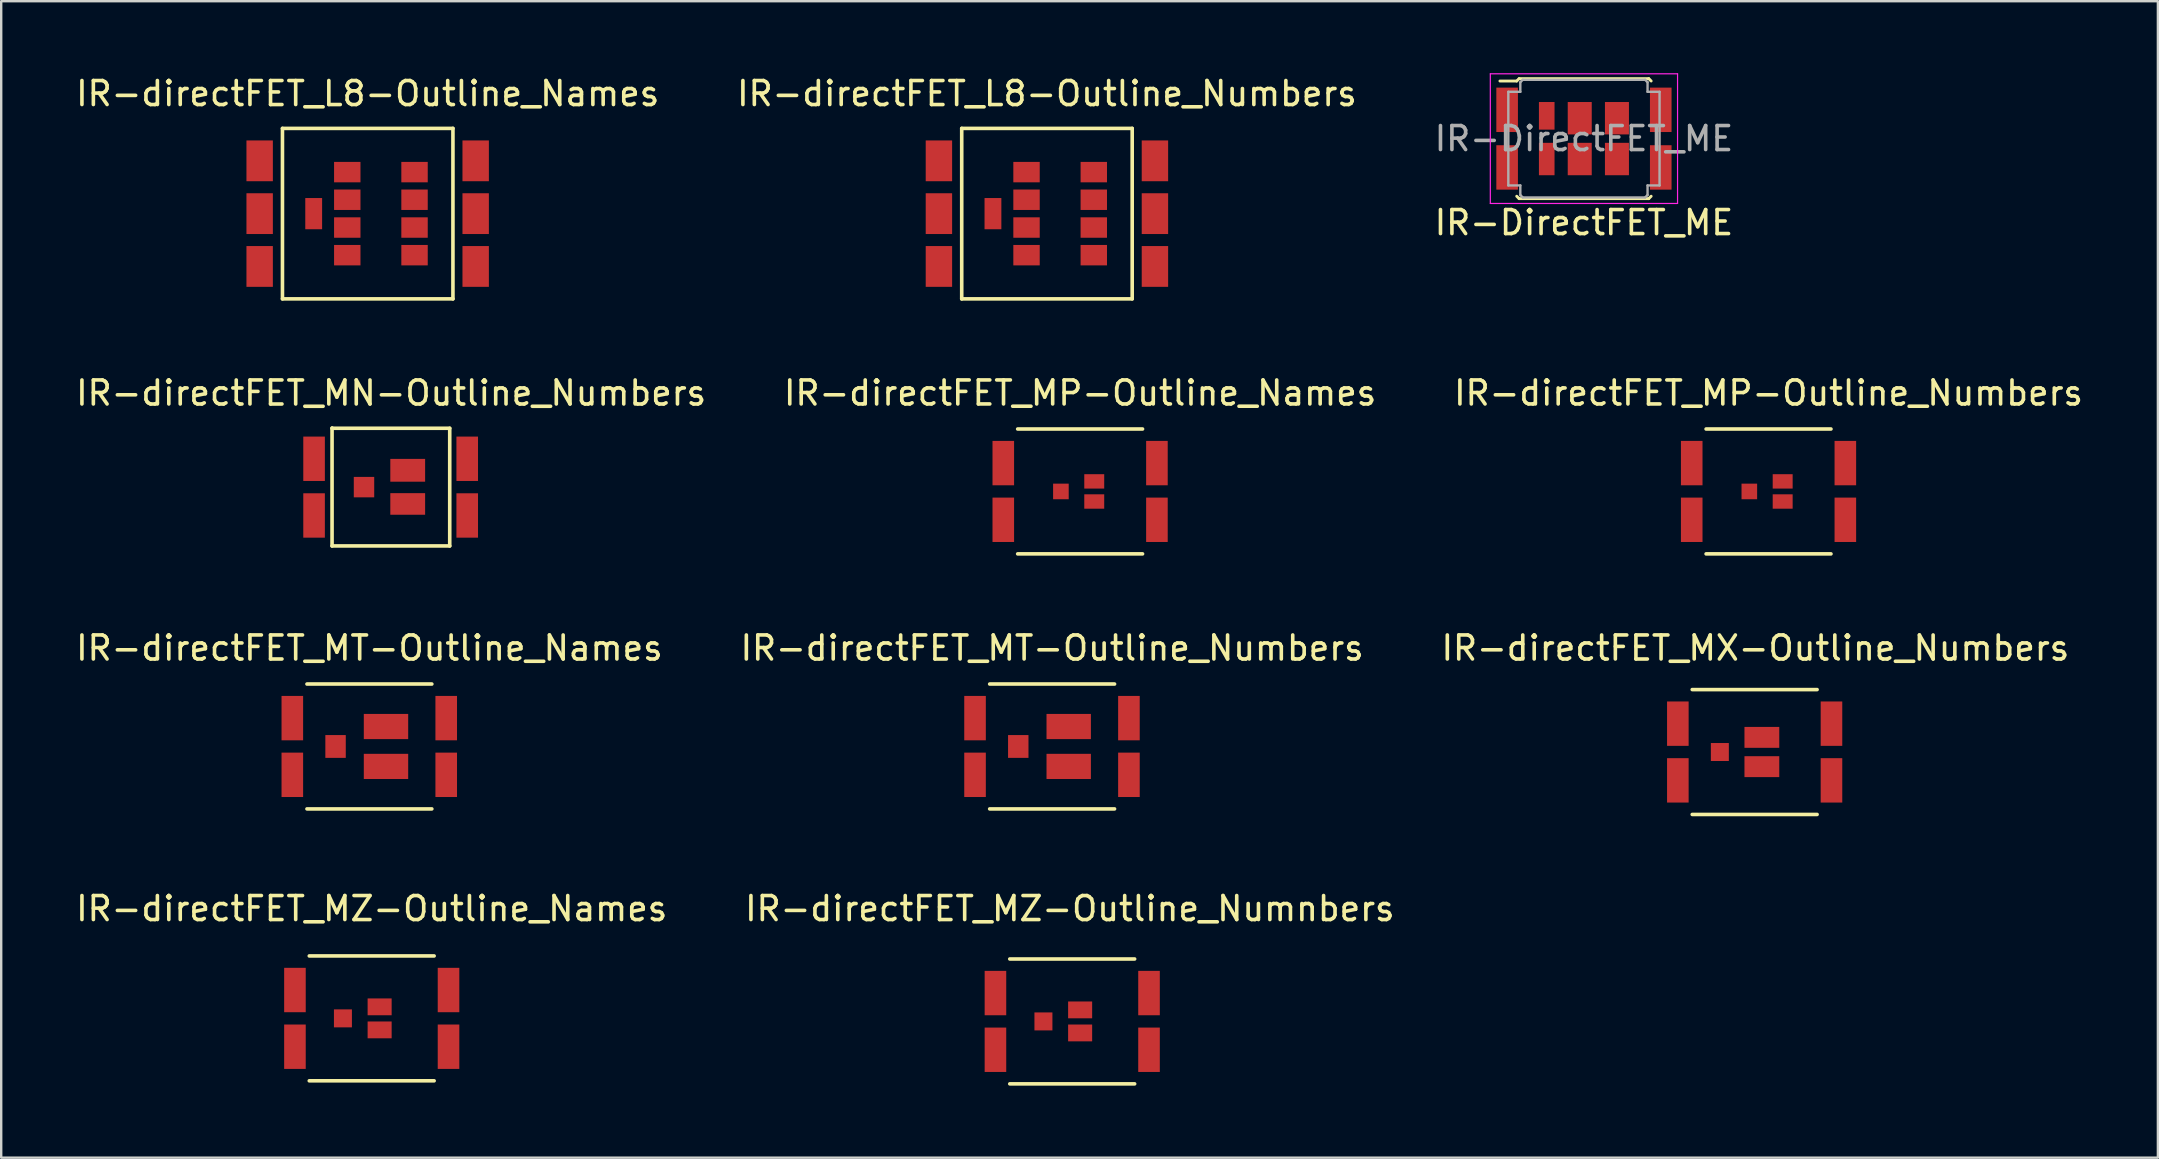
<source format=kicad_pcb>
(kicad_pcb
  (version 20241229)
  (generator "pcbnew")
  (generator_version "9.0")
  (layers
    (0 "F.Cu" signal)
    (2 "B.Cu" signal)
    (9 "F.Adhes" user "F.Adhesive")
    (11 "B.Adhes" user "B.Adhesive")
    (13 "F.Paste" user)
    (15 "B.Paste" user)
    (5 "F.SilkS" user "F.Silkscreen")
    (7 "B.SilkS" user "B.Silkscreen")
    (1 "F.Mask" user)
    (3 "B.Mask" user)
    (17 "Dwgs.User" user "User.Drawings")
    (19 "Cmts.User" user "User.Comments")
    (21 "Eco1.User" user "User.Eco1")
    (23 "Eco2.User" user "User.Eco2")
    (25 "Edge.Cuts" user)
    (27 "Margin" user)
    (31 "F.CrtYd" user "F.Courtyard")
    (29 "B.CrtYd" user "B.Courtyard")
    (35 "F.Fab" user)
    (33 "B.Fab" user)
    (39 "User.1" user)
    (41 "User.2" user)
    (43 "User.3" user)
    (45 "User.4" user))
  (footprint "IR-directFET_MZ-Outline_Numnbers"
    (layer "F.Cu")
    (at 41.617 39.501)
    (property "Reference" "IR-directFET_MZ-Outline_Numnbers" (at -0.099 -4.699 0) (layer "F.SilkS") (effects (font (size 1 1) (thickness 0.15))))
    (attr through_hole)
    (fp_line (start -2.601 -2.601) (end 2.601 -2.601) (stroke (width 0.15) (type solid)) (layer "F.SilkS"))
    (fp_line (start 2.601 2.601) (end -2.601 2.601) (stroke (width 0.15) (type solid)) (layer "F.SilkS"))
    (pad "1" smd rect (at 3.2 -1.181) (size 0.899 1.849) (layers "F.Cu" "F.Mask" "F.Paste"))
    (pad "2" smd rect (at 3.2 1.181) (size 0.899 1.849) (layers "F.Cu" "F.Mask" "F.Paste"))
    (pad "4" smd rect (at 0.33 -0.48) (size 1.001 0.701) (layers "F.Cu" "F.Mask" "F.Paste"))
    (pad "4" smd rect (at 0.33 0.48) (size 1.001 0.701) (layers "F.Cu" "F.Mask" "F.Paste"))
    (pad "5" smd rect (at -1.199 0) (size 0.749 0.749) (layers "F.Cu" "F.Mask" "F.Paste"))
    (pad "6" smd rect (at -3.198 -1.181) (size 0.899 1.849) (layers "F.Cu" "F.Mask" "F.Paste"))
    (pad "7" smd rect (at -3.198 1.181) (size 0.899 1.849) (layers "F.Cu" "F.Mask" "F.Paste")))
  (footprint "IR-directFET_MN-Outline_Numbers"
    (layer "F.Cu")
    (at 13.234 17.243)
    (property "Reference" "IR-directFET_MN-Outline_Numbers" (at 0.01 -3.919 0) (layer "F.SilkS") (effects (font (size 1 1) (thickness 0.15))))
    (attr through_hole)
    (fp_line (start -2.451 -2.451) (end -2.451 -2.461) (stroke (width 0.15) (type solid)) (layer "F.SilkS"))
    (fp_line (start -2.451 2.451) (end -2.451 -2.451) (stroke (width 0.15) (type solid)) (layer "F.SilkS"))
    (fp_line (start -2.441 -2.451) (end 2.451 -2.451) (stroke (width 0.15) (type solid)) (layer "F.SilkS"))
    (fp_line (start 2.451 -2.451) (end 2.451 2.451) (stroke (width 0.15) (type solid)) (layer "F.SilkS"))
    (fp_line (start 2.451 2.451) (end -2.451 2.451) (stroke (width 0.15) (type solid)) (layer "F.SilkS"))
    (pad "1" smd rect (at 3.18 -1.181) (size 0.899 1.849) (layers "F.Cu" "F.Mask" "F.Paste"))
    (pad "2" smd rect (at 3.18 1.181) (size 0.899 1.849) (layers "F.Cu" "F.Mask" "F.Paste"))
    (pad "3" smd rect (at 0.701 -0.701) (size 1.45 0.95) (layers "F.Cu" "F.Mask" "F.Paste"))
    (pad "4" smd rect (at 0.701 0.701) (size 1.45 0.899) (layers "F.Cu" "F.Mask" "F.Paste"))
    (pad "5" smd rect (at -1.12 0) (size 0.851 0.851) (layers "F.Cu" "F.Mask" "F.Paste"))
    (pad "6" smd rect (at -3.2 -1.181) (size 0.899 1.849) (layers "F.Cu" "F.Mask" "F.Paste"))
    (pad "7" smd rect (at -3.2 1.181) (size 0.899 1.849) (layers "F.Cu" "F.Mask" "F.Paste")))
  (footprint "IR-directFET_MT-Outline_Numbers"
    (layer "F.Cu")
    (at 40.78 28.047)
    (property "Reference" "IR-directFET_MT-Outline_Numbers" (at 0 -4.1 0) (layer "F.SilkS") (effects (font (size 1 1) (thickness 0.15))))
    (attr through_hole)
    (fp_line (start -2.601 -2.601) (end 2.601 -2.601) (stroke (width 0.15) (type solid)) (layer "F.SilkS"))
    (fp_line (start 2.601 2.601) (end -2.601 2.601) (stroke (width 0.15) (type solid)) (layer "F.SilkS"))
    (pad "1" smd rect (at 3.2 -1.181) (size 0.899 1.849) (layers "F.Cu" "F.Mask" "F.Paste"))
    (pad "2" smd rect (at 3.2 1.181) (size 0.899 1.849) (layers "F.Cu" "F.Mask" "F.Paste"))
    (pad "3" smd rect (at 0.691 -0.831) (size 1.849 1.049) (layers "F.Cu" "F.Mask" "F.Paste"))
    (pad "4" smd rect (at 0.691 0.831) (size 1.849 1.049) (layers "F.Cu" "F.Mask" "F.Paste"))
    (pad "5" smd rect (at -1.41 0) (size 0.851 0.95) (layers "F.Cu" "F.Mask" "F.Paste"))
    (pad "6" smd rect (at -3.211 -1.181) (size 0.899 1.849) (layers "F.Cu" "F.Mask" "F.Paste"))
    (pad "7" smd rect (at -3.211 1.181) (size 0.899 1.849) (layers "F.Cu" "F.Mask" "F.Paste")))
  (footprint "IR-directFET_MP-Outline_Numbers"
    (layer "F.Cu")
    (at 70.625 17.423)
    (property "Reference" "IR-directFET_MP-Outline_Numbers" (at 0 -4.1 0) (layer "F.SilkS") (effects (font (size 1 1) (thickness 0.15))))
    (attr through_hole)
    (fp_line (start -2.601 -2.601) (end 2.601 -2.601) (stroke (width 0.15) (type solid)) (layer "F.SilkS"))
    (fp_line (start 2.601 2.601) (end -2.601 2.601) (stroke (width 0.15) (type solid)) (layer "F.SilkS"))
    (pad "1" smd rect (at 3.2 -1.181) (size 0.899 1.849) (layers "F.Cu" "F.Mask" "F.Paste"))
    (pad "2" smd rect (at 3.2 1.181) (size 0.899 1.849) (layers "F.Cu" "F.Mask" "F.Paste"))
    (pad "3" smd rect (at 0.589 -0.419) (size 0.831 0.599) (layers "F.Cu" "F.Mask" "F.Paste"))
    (pad "4" smd rect (at 0.589 0.419) (size 0.831 0.599) (layers "F.Cu" "F.Mask" "F.Paste"))
    (pad "5" smd rect (at -0.8 0) (size 0.65 0.65) (layers "F.Cu" "F.Mask" "F.Paste"))
    (pad "6" smd rect (at -3.2 -1.181) (size 0.899 1.849) (layers "F.Cu" "F.Mask" "F.Paste"))
    (pad "7" smd rect (at -3.2 1.181) (size 0.899 1.849) (layers "F.Cu" "F.Mask" "F.Paste")))
  (footprint "IR-directFET_MT-Outline_Names"
    (layer "F.Cu")
    (at 12.339 28.047)
    (property "Reference" "IR-directFET_MT-Outline_Names" (at 0 -4.1 0) (layer "F.SilkS") (effects (font (size 1 1) (thickness 0.15))))
    (attr through_hole)
    (fp_line (start -2.601 -2.601) (end 2.601 -2.601) (stroke (width 0.15) (type solid)) (layer "F.SilkS"))
    (fp_line (start 2.601 2.601) (end -2.601 2.601) (stroke (width 0.15) (type solid)) (layer "F.SilkS"))
    (pad "D" smd rect (at -3.211 -1.181) (size 0.899 1.849) (layers "F.Cu" "F.Mask" "F.Paste"))
    (pad "D" smd rect (at -3.211 1.181) (size 0.899 1.849) (layers "F.Cu" "F.Mask" "F.Paste"))
    (pad "D" smd rect (at 3.2 -1.181) (size 0.899 1.849) (layers "F.Cu" "F.Mask" "F.Paste"))
    (pad "D" smd rect (at 3.2 1.181) (size 0.899 1.849) (layers "F.Cu" "F.Mask" "F.Paste"))
    (pad "G" smd rect (at -1.41 0) (size 0.851 0.95) (layers "F.Cu" "F.Mask" "F.Paste"))
    (pad "S" smd rect (at 0.691 -0.831) (size 1.849 1.049) (layers "F.Cu" "F.Mask" "F.Paste"))
    (pad "S" smd rect (at 0.691 0.831) (size 1.849 1.049) (layers "F.Cu" "F.Mask" "F.Paste")))
  (footprint "IR-directFET_L8-Outline_Numbers"
    (layer "F.Cu")
    (at 40.565 5.85)
    (property "Reference" "IR-directFET_L8-Outline_Numbers" (at 0 -5.001 0) (layer "F.SilkS") (effects (font (size 1 1) (thickness 0.15))))
    (attr through_hole)
    (fp_line (start -3.551 -3.551) (end 3.551 -3.551) (stroke (width 0.15) (type solid)) (layer "F.SilkS"))
    (fp_line (start -3.551 3.551) (end -3.551 -3.551) (stroke (width 0.15) (type solid)) (layer "F.SilkS"))
    (fp_line (start 3.551 -3.551) (end 3.551 3.551) (stroke (width 0.15) (type solid)) (layer "F.SilkS"))
    (fp_line (start 3.551 3.551) (end -3.551 3.551) (stroke (width 0.15) (type solid)) (layer "F.SilkS"))
    (pad "1" smd rect (at 4.498 -2.2) (size 1.1 1.699) (layers "F.Cu" "F.Mask" "F.Paste"))
    (pad "2" smd rect (at 4.498 0) (size 1.1 1.699) (layers "F.Cu" "F.Mask" "F.Paste"))
    (pad "3" smd rect (at 4.498 2.2) (size 1.1 1.699) (layers "F.Cu" "F.Mask" "F.Paste"))
    (pad "4" smd rect (at 1.951 -1.73) (size 1.1 0.851) (layers "F.Cu" "F.Mask" "F.Paste"))
    (pad "5" smd rect (at 1.951 -0.579) (size 1.1 0.851) (layers "F.Cu" "F.Mask" "F.Paste"))
    (pad "6" smd rect (at 1.951 0.579) (size 1.1 0.851) (layers "F.Cu" "F.Mask" "F.Paste"))
    (pad "7" smd rect (at 1.951 1.73) (size 1.1 0.851) (layers "F.Cu" "F.Mask" "F.Paste"))
    (pad "8" smd rect (at -0.851 -1.73) (size 1.1 0.851) (layers "F.Cu" "F.Mask" "F.Paste"))
    (pad "9" smd rect (at -0.851 -0.579) (size 1.1 0.851) (layers "F.Cu" "F.Mask" "F.Paste"))
    (pad "10" smd rect (at -0.851 0.579) (size 1.1 0.851) (layers "F.Cu" "F.Mask" "F.Paste"))
    (pad "11" smd rect (at -0.851 1.73) (size 1.1 0.851) (layers "F.Cu" "F.Mask" "F.Paste"))
    (pad "12" smd rect (at -2.25 0) (size 0.701 1.3) (layers "F.Cu" "F.Mask" "F.Paste"))
    (pad "13" smd rect (at -4.501 -2.2) (size 1.1 1.699) (layers "F.Cu" "F.Mask" "F.Paste"))
    (pad "14" smd rect (at -4.501 0) (size 1.1 1.699) (layers "F.Cu" "F.Mask" "F.Paste"))
    (pad "15" smd rect (at -4.501 2.2) (size 1.1 1.699) (layers "F.Cu" "F.Mask" "F.Paste")))
  (footprint "IR-directFET_MP-Outline_Names"
    (layer "F.Cu")
    (at 41.946 17.423)
    (property "Reference" "IR-directFET_MP-Outline_Names" (at 0 -4.1 0) (layer "F.SilkS") (effects (font (size 1 1) (thickness 0.15))))
    (attr through_hole)
    (fp_line (start -2.601 -2.601) (end 2.601 -2.601) (stroke (width 0.15) (type solid)) (layer "F.SilkS"))
    (fp_line (start 2.601 2.601) (end -2.601 2.601) (stroke (width 0.15) (type solid)) (layer "F.SilkS"))
    (pad "D" smd rect (at -3.2 -1.181) (size 0.899 1.849) (layers "F.Cu" "F.Mask" "F.Paste"))
    (pad "D" smd rect (at -3.2 1.181) (size 0.899 1.849) (layers "F.Cu" "F.Mask" "F.Paste"))
    (pad "D" smd rect (at 3.2 -1.181) (size 0.899 1.849) (layers "F.Cu" "F.Mask" "F.Paste"))
    (pad "D" smd rect (at 3.2 1.181) (size 0.899 1.849) (layers "F.Cu" "F.Mask" "F.Paste"))
    (pad "G" smd rect (at -0.8 0) (size 0.65 0.65) (layers "F.Cu" "F.Mask" "F.Paste"))
    (pad "S" smd rect (at 0.589 -0.419) (size 0.831 0.599) (layers "F.Cu" "F.Mask" "F.Paste"))
    (pad "S" smd rect (at 0.589 0.419) (size 0.831 0.599) (layers "F.Cu" "F.Mask" "F.Paste")))
  (footprint "IR-DirectFET_ME"
    (layer "F.Cu")
    (at 62.935 2.725)
    (property "Reference" "IR-DirectFET_ME" (at 0 3.5 0) (layer "F.SilkS") (effects (font (size 1 1) (thickness 0.15))))
    (attr smd)
    (fp_line (start -3.5 -2.4) (end -2.8 -2.4) (stroke (width 0.12) (type solid)) (layer "F.SilkS"))
    (fp_line (start -2.8 -2.4) (end -2.7 -2.5) (stroke (width 0.12) (type solid)) (layer "F.SilkS"))
    (fp_line (start -2.7 -2.5) (end 2.7 -2.5) (stroke (width 0.12) (type solid)) (layer "F.SilkS"))
    (fp_line (start -2.7 2.5) (end -2.8 2.4) (stroke (width 0.12) (type solid)) (layer "F.SilkS"))
    (fp_line (start 2.7 -2.5) (end 2.8 -2.4) (stroke (width 0.12) (type solid)) (layer "F.SilkS"))
    (fp_line (start 2.7 2.5) (end -2.7 2.5) (stroke (width 0.12) (type solid)) (layer "F.SilkS"))
    (fp_line (start 2.8 2.4) (end 2.7 2.5) (stroke (width 0.12) (type solid)) (layer "F.SilkS"))
    (fp_line (start -3.9 -2.7) (end -3.9 2.7) (stroke (width 0.05) (type solid)) (layer "F.CrtYd"))
    (fp_line (start -3.9 2.7) (end 3.9 2.7) (stroke (width 0.05) (type solid)) (layer "F.CrtYd"))
    (fp_line (start 3.9 -2.7) (end -3.9 -2.7) (stroke (width 0.05) (type solid)) (layer "F.CrtYd"))
    (fp_line (start 3.9 2.7) (end 3.9 -2.7) (stroke (width 0.05) (type solid)) (layer "F.CrtYd"))
    (fp_line (start -3.15 -1.95) (end -2.65 -1.95) (stroke (width 0.1) (type solid)) (layer "F.Fab"))
    (fp_line (start -3.15 1.95) (end -3.15 -1.95) (stroke (width 0.1) (type solid)) (layer "F.Fab"))
    (fp_line (start -3.15 1.95) (end -2.65 1.95) (stroke (width 0.1) (type solid)) (layer "F.Fab"))
    (fp_line (start -2.65 -2.35) (end -2.55 -2.45) (stroke (width 0.1) (type solid)) (layer "F.Fab"))
    (fp_line (start -2.65 -1.95) (end -2.65 -2.35) (stroke (width 0.1) (type solid)) (layer "F.Fab"))
    (fp_line (start -2.65 1.95) (end -2.65 2.35) (stroke (width 0.1) (type solid)) (layer "F.Fab"))
    (fp_line (start -2.65 2.35) (end -2.55 2.45) (stroke (width 0.1) (type solid)) (layer "F.Fab"))
    (fp_line (start -2.55 2.45) (end 2.55 2.45) (stroke (width 0.1) (type solid)) (layer "F.Fab"))
    (fp_line (start 2.55 -2.45) (end -2.55 -2.45) (stroke (width 0.1) (type solid)) (layer "F.Fab"))
    (fp_line (start 2.55 -2.45) (end 2.65 -2.35) (stroke (width 0.1) (type solid)) (layer "F.Fab"))
    (fp_line (start 2.65 -2.35) (end 2.65 -1.95) (stroke (width 0.1) (type solid)) (layer "F.Fab"))
    (fp_line (start 2.65 -1.95) (end 3.15 -1.95) (stroke (width 0.1) (type solid)) (layer "F.Fab"))
    (fp_line (start 2.65 1.95) (end 2.65 2.35) (stroke (width 0.1) (type solid)) (layer "F.Fab"))
    (fp_line (start 2.65 2.35) (end 2.55 2.45) (stroke (width 0.1) (type solid)) (layer "F.Fab"))
    (fp_line (start 3.15 -1.95) (end 3.15 1.95) (stroke (width 0.1) (type solid)) (layer "F.Fab"))
    (fp_line (start 3.15 1.95) (end 2.65 1.95) (stroke (width 0.1) (type solid)) (layer "F.Fab"))
    (fp_text user "${REFERENCE}" (at 0 0 0) (layer "F.Fab") (effects (font (size 1 1) (thickness 0.15))))
    (pad "1" smd rect (at -3.2 -1.2) (size 0.9 1.85) (layers "F.Cu" "F.Mask" "F.Paste"))
    (pad "1" smd rect (at -3.2 1.2) (size 0.9 1.85) (layers "F.Cu" "F.Mask" "F.Paste"))
    (pad "1" smd rect (at 3.2 -1.2) (size 0.9 1.85) (layers "F.Cu" "F.Mask" "F.Paste"))
    (pad "1" smd rect (at 3.2 1.2) (size 0.9 1.85) (layers "F.Cu" "F.Mask" "F.Paste"))
    (pad "2" smd rect (at -1.55 -0.95) (size 0.65 1.15) (layers "F.Cu" "F.Mask" "F.Paste"))
    (pad "2" smd rect (at -1.55 0.85) (size 0.65 1.35) (layers "F.Cu" "F.Mask" "F.Paste"))
    (pad "3" smd rect (at -0.175 -0.85) (size 1 1.35) (layers "F.Cu" "F.Mask" "F.Paste"))
    (pad "3" smd rect (at -0.175 0.85) (size 1 1.35) (layers "F.Cu" "F.Mask" "F.Paste"))
    (pad "3" smd rect (at 1.375 -0.85) (size 1 1.35) (layers "F.Cu" "F.Mask" "F.Paste"))
    (pad "3" smd rect (at 1.375 0.85) (size 1 1.35) (layers "F.Cu" "F.Mask" "F.Paste")))
  (footprint "IR-directFET_MZ-Outline_Names"
    (layer "F.Cu")
    (at 12.435 39.374)
    (property "Reference" "IR-directFET_MZ-Outline_Names" (at 0 -4.572 0) (layer "F.SilkS") (effects (font (size 1 1) (thickness 0.15))))
    (attr through_hole)
    (fp_line (start -2.601 -2.601) (end 2.601 -2.601) (stroke (width 0.15) (type solid)) (layer "F.SilkS"))
    (fp_line (start 2.601 2.601) (end -2.601 2.601) (stroke (width 0.15) (type solid)) (layer "F.SilkS"))
    (pad "D" smd rect (at -3.198 -1.181) (size 0.899 1.849) (layers "F.Cu" "F.Mask" "F.Paste"))
    (pad "D" smd rect (at -3.198 1.181) (size 0.899 1.849) (layers "F.Cu" "F.Mask" "F.Paste"))
    (pad "D" smd rect (at 3.2 -1.181) (size 0.899 1.849) (layers "F.Cu" "F.Mask" "F.Paste"))
    (pad "D" smd rect (at 3.2 1.181) (size 0.899 1.849) (layers "F.Cu" "F.Mask" "F.Paste"))
    (pad "G" smd rect (at -1.199 0) (size 0.749 0.749) (layers "F.Cu" "F.Mask" "F.Paste"))
    (pad "S" smd rect (at 0.33 -0.48) (size 1.001 0.701) (layers "F.Cu" "F.Mask" "F.Paste"))
    (pad "S" smd rect (at 0.33 0.48) (size 1.001 0.701) (layers "F.Cu" "F.Mask" "F.Paste")))
  (footprint "IR-directFET_L8-Outline_Names"
    (layer "F.Cu")
    (at 12.268 5.85)
    (property "Reference" "IR-directFET_L8-Outline_Names" (at 0 -5.001 0) (layer "F.SilkS") (effects (font (size 1 1) (thickness 0.15))))
    (attr through_hole)
    (fp_line (start -3.551 -3.551) (end 3.551 -3.551) (stroke (width 0.15) (type solid)) (layer "F.SilkS"))
    (fp_line (start -3.551 3.551) (end -3.551 -3.551) (stroke (width 0.15) (type solid)) (layer "F.SilkS"))
    (fp_line (start 3.551 -3.551) (end 3.551 3.551) (stroke (width 0.15) (type solid)) (layer "F.SilkS"))
    (fp_line (start 3.551 3.551) (end -3.551 3.551) (stroke (width 0.15) (type solid)) (layer "F.SilkS"))
    (pad "D" smd rect (at -4.501 -2.2) (size 1.1 1.699) (layers "F.Cu" "F.Mask" "F.Paste"))
    (pad "D" smd rect (at -4.501 0) (size 1.1 1.699) (layers "F.Cu" "F.Mask" "F.Paste"))
    (pad "D" smd rect (at -4.501 2.2) (size 1.1 1.699) (layers "F.Cu" "F.Mask" "F.Paste"))
    (pad "D" smd rect (at 4.498 -2.2) (size 1.1 1.699) (layers "F.Cu" "F.Mask" "F.Paste"))
    (pad "D" smd rect (at 4.498 0) (size 1.1 1.699) (layers "F.Cu" "F.Mask" "F.Paste"))
    (pad "D" smd rect (at 4.498 2.2) (size 1.1 1.699) (layers "F.Cu" "F.Mask" "F.Paste"))
    (pad "G" smd rect (at -2.25 0) (size 0.701 1.3) (layers "F.Cu" "F.Mask" "F.Paste"))
    (pad "S" smd rect (at -0.851 -1.73) (size 1.1 0.851) (layers "F.Cu" "F.Mask" "F.Paste"))
    (pad "S" smd rect (at -0.851 -0.579) (size 1.1 0.851) (layers "F.Cu" "F.Mask" "F.Paste"))
    (pad "S" smd rect (at -0.851 0.579) (size 1.1 0.851) (layers "F.Cu" "F.Mask" "F.Paste"))
    (pad "S" smd rect (at -0.851 1.73) (size 1.1 0.851) (layers "F.Cu" "F.Mask" "F.Paste"))
    (pad "S" smd rect (at 1.951 -1.73) (size 1.1 0.851) (layers "F.Cu" "F.Mask" "F.Paste"))
    (pad "S" smd rect (at 1.951 -0.579) (size 1.1 0.851) (layers "F.Cu" "F.Mask" "F.Paste"))
    (pad "S" smd rect (at 1.951 0.579) (size 1.1 0.851) (layers "F.Cu" "F.Mask" "F.Paste"))
    (pad "S" smd rect (at 1.951 1.73) (size 1.1 0.851) (layers "F.Cu" "F.Mask" "F.Paste")))
  (footprint "IR-directFET_MX-Outline_Numbers"
    (layer "F.Cu")
    (at 70.047 28.278)
    (property "Reference" "IR-directFET_MX-Outline_Numbers" (at 0.03 -4.331 0) (layer "F.SilkS") (effects (font (size 1 1) (thickness 0.15))))
    (attr through_hole)
    (fp_line (start -2.601 -2.601) (end 2.601 -2.601) (stroke (width 0.15) (type solid)) (layer "F.SilkS"))
    (fp_line (start 2.601 2.601) (end -2.601 2.601) (stroke (width 0.15) (type solid)) (layer "F.SilkS"))
    (pad "D" smd rect (at -3.2 -1.181) (size 0.899 1.849) (layers "F.Cu" "F.Mask" "F.Paste"))
    (pad "D" smd rect (at -3.2 1.181) (size 0.899 1.849) (layers "F.Cu" "F.Mask" "F.Paste"))
    (pad "D" smd rect (at 3.2 -1.181) (size 0.899 1.849) (layers "F.Cu" "F.Mask" "F.Paste"))
    (pad "D" smd rect (at 3.2 1.181) (size 0.899 1.849) (layers "F.Cu" "F.Mask" "F.Paste"))
    (pad "G" smd rect (at -1.45 0) (size 0.749 0.749) (layers "F.Cu" "F.Mask" "F.Paste"))
    (pad "S" smd rect (at 0.3 -0.61) (size 1.45 0.871) (layers "F.Cu" "F.Mask" "F.Paste"))
    (pad "S" smd rect (at 0.3 0.61) (size 1.45 0.871) (layers "F.Cu" "F.Mask" "F.Paste")))
  (gr_rect
    (start -3 -3)
    (end 86.845 45.177)
    (stroke (width 0.1) (type default))
    (fill no)
    (layer "Edge.Cuts")))
</source>
